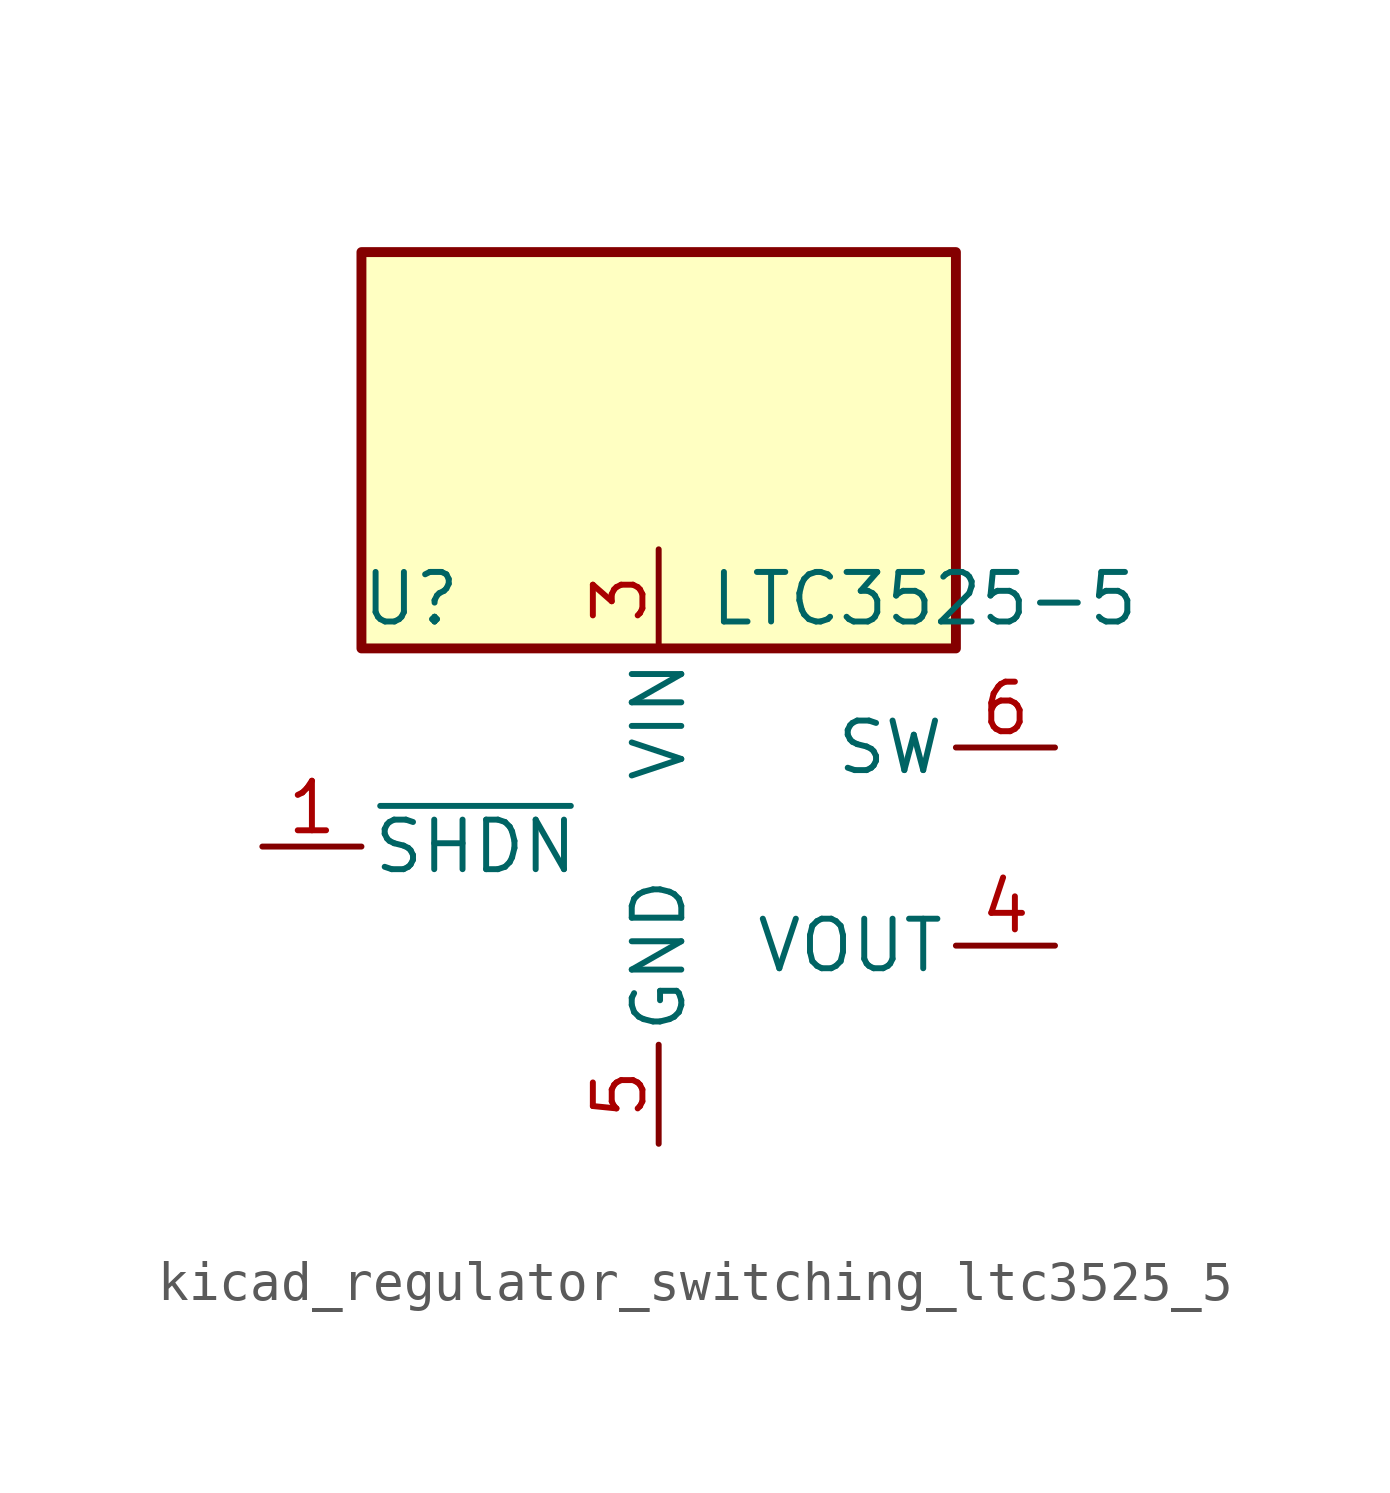
<source format=kicad_sym>
(kicad_symbol_lib
  (version 20220914)
  (generator kicad_symbol_editor)
  (symbol "kicad_regulator_switching_ltc3525_5"
    (pin_names
      (offset 0.254))
    (property "Reference" "U"
      (at -6.35 6.35 0)
      (effects (font (size 1.27 1.27))))
    (property "Value" "LTC3525-5"
      (at 1.27 6.35 0)
      (effects (font (size 1.27 1.27)) (justify left)))
    (symbol "kicad_regulator_switching_ltc3525_5_0_1"
      (rectangle (start 7.62 15.24) (end -7.62 5.08) (stroke (width 0.254) (type default)) (fill (type background))))
    (symbol "kicad_regulator_switching_ltc3525_5_1_1"
      (pin input line (at -10.16 0 0) (length 2.54) (name "~{SHDN}" (effects (font (size 1.27 1.27)))) (number "1" (effects (font (size 1.27 1.27)))))
      (pin passive line (at 0 -7.62 90) (length 2.54) hide (name "GND" (effects (font (size 1.27 1.27)))) (number "2" (effects (font (size 1.27 1.27)))))
      (pin power_in line (at 0 7.62 270) (length 2.54) (name "VIN" (effects (font (size 1.27 1.27)))) (number "3" (effects (font (size 1.27 1.27)))))
      (pin power_out line (at 10.16 -2.54 180) (length 2.54) (name "VOUT" (effects (font (size 1.27 1.27)))) (number "4" (effects (font (size 1.27 1.27)))))
      (pin power_in line (at 0 -7.62 90) (length 2.54) (name "GND" (effects (font (size 1.27 1.27)))) (number "5" (effects (font (size 1.27 1.27)))))
      (pin input line (at 10.16 2.54 180) (length 2.54) (name "SW" (effects (font (size 1.27 1.27)))) (number "6" (effects (font (size 1.27 1.27))))))))
</source>
